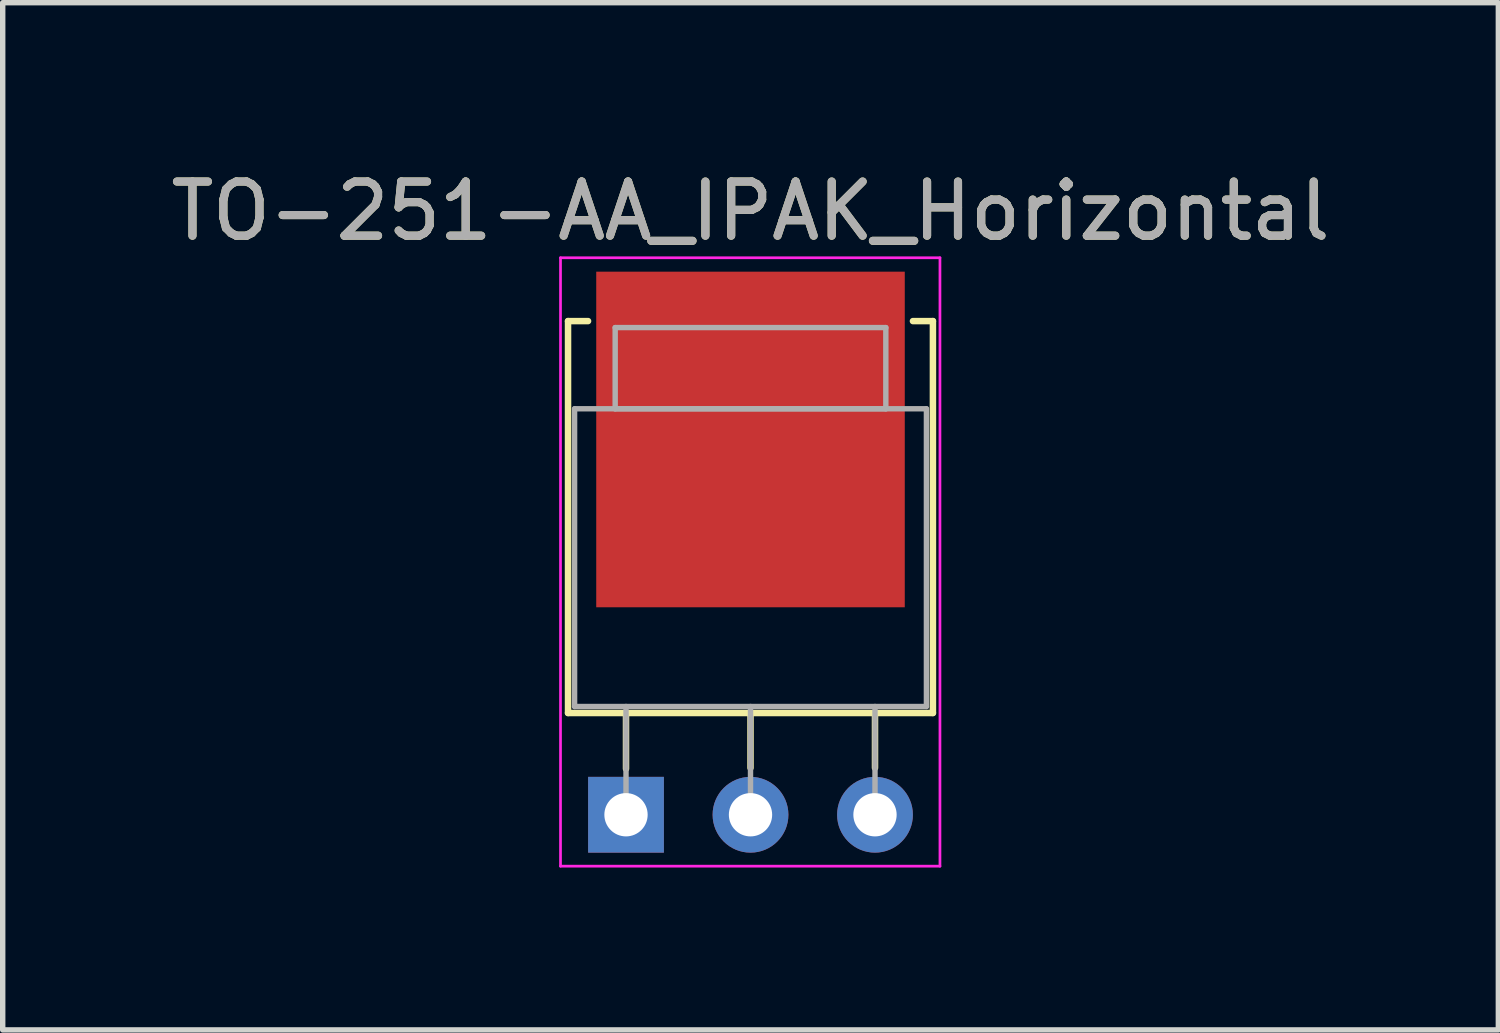
<source format=kicad_pcb>
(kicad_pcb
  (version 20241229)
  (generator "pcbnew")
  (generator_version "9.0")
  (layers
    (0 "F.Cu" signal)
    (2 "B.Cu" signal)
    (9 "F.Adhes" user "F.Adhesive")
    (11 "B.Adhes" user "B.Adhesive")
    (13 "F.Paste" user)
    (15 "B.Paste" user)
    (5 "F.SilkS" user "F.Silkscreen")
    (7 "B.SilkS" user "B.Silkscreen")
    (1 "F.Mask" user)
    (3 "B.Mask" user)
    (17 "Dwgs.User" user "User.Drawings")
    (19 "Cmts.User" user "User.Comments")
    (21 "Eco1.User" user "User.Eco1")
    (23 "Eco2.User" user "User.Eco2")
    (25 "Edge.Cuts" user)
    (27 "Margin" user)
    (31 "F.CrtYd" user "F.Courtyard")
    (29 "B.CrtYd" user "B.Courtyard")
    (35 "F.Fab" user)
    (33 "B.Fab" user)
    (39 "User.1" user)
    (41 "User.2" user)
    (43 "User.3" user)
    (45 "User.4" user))
  (footprint "TO-251-AA_IPAK_Horizontal"
    (layer "F.Cu")
    (at 8.515 12.002)
    (property "Reference" "TO-251-AA_IPAK_Horizontal" (at 2.3 -11.153 0) (layer "F.SilkS") (effects (font (size 1 1) (thickness 0.15))))
    (attr through_hole)
    (fp_line (start -1.071 -9.12) (end -1.071 -1.88) (stroke (width 0.12) (type solid)) (layer "F.SilkS"))
    (fp_line (start -1.071 -9.12) (end -0.701 -9.12) (stroke (width 0.12) (type solid)) (layer "F.SilkS"))
    (fp_line (start -1.071 -1.88) (end 5.67 -1.88) (stroke (width 0.12) (type solid)) (layer "F.SilkS"))
    (fp_line (start 0 -1.88) (end 0 -0.85) (stroke (width 0.12) (type solid)) (layer "F.SilkS"))
    (fp_line (start 2.3 -1.88) (end 2.3 -0.866) (stroke (width 0.12) (type solid)) (layer "F.SilkS"))
    (fp_line (start 4.6 -1.88) (end 4.6 -0.866) (stroke (width 0.12) (type solid)) (layer "F.SilkS"))
    (fp_line (start 5.301 -9.12) (end 5.67 -9.12) (stroke (width 0.12) (type solid)) (layer "F.SilkS"))
    (fp_line (start 5.67 -9.12) (end 5.67 -1.88) (stroke (width 0.12) (type solid)) (layer "F.SilkS"))
    (fp_line (start -1.21 -10.29) (end -1.21 0.95) (stroke (width 0.05) (type solid)) (layer "F.CrtYd"))
    (fp_line (start -1.21 0.95) (end 5.8 0.95) (stroke (width 0.05) (type solid)) (layer "F.CrtYd"))
    (fp_line (start 5.8 -10.29) (end -1.21 -10.29) (stroke (width 0.05) (type solid)) (layer "F.CrtYd"))
    (fp_line (start 5.8 0.95) (end 5.8 -10.29) (stroke (width 0.05) (type solid)) (layer "F.CrtYd"))
    (fp_line (start -0.95 -7.5) (end 5.55 -7.5) (stroke (width 0.1) (type solid)) (layer "F.Fab"))
    (fp_line (start -0.95 -2) (end -0.95 -7.5) (stroke (width 0.1) (type solid)) (layer "F.Fab"))
    (fp_line (start -0.2 -9) (end 4.8 -9) (stroke (width 0.1) (type solid)) (layer "F.Fab"))
    (fp_line (start -0.2 -7.5) (end -0.2 -9) (stroke (width 0.1) (type solid)) (layer "F.Fab"))
    (fp_line (start 0 -2) (end 0 0) (stroke (width 0.1) (type solid)) (layer "F.Fab"))
    (fp_line (start 2.3 -2) (end 2.3 0) (stroke (width 0.1) (type solid)) (layer "F.Fab"))
    (fp_line (start 4.6 -2) (end 4.6 0) (stroke (width 0.1) (type solid)) (layer "F.Fab"))
    (fp_line (start 4.8 -9) (end 4.8 -7.5) (stroke (width 0.1) (type solid)) (layer "F.Fab"))
    (fp_line (start 4.8 -7.5) (end -0.2 -7.5) (stroke (width 0.1) (type solid)) (layer "F.Fab"))
    (fp_line (start 5.55 -7.5) (end 5.55 -2) (stroke (width 0.1) (type solid)) (layer "F.Fab"))
    (fp_line (start 5.55 -2) (end -0.95 -2) (stroke (width 0.1) (type solid)) (layer "F.Fab"))
    (fp_text user "${REFERENCE}" (at 2.3 -11.153 0) (layer "F.Fab") (effects (font (size 1 1) (thickness 0.15))))
    (pad "1" thru_hole rect (at 0 0) (size 1.4 1.4) (drill 0.8) (layers "*.Cu" "*.Mask"))
    (pad "2" thru_hole oval (at 2.3 0) (size 1.4 1.4) (drill 0.8) (layers "*.Cu" "*.Mask"))
    (pad "3" thru_hole oval (at 4.6 0) (size 1.4 1.4) (drill 0.8) (layers "*.Cu" "*.Mask"))
    (pad "4" smd rect (at 2.3 -6.933) (size 5.7 6.2) (layers "F.Cu" "F.Mask" "F.Paste")))
  (gr_rect
    (start -3 -3)
    (end 24.631 15.977)
    (stroke (width 0.1) (type default))
    (fill no)
    (layer "Edge.Cuts")))
</source>
